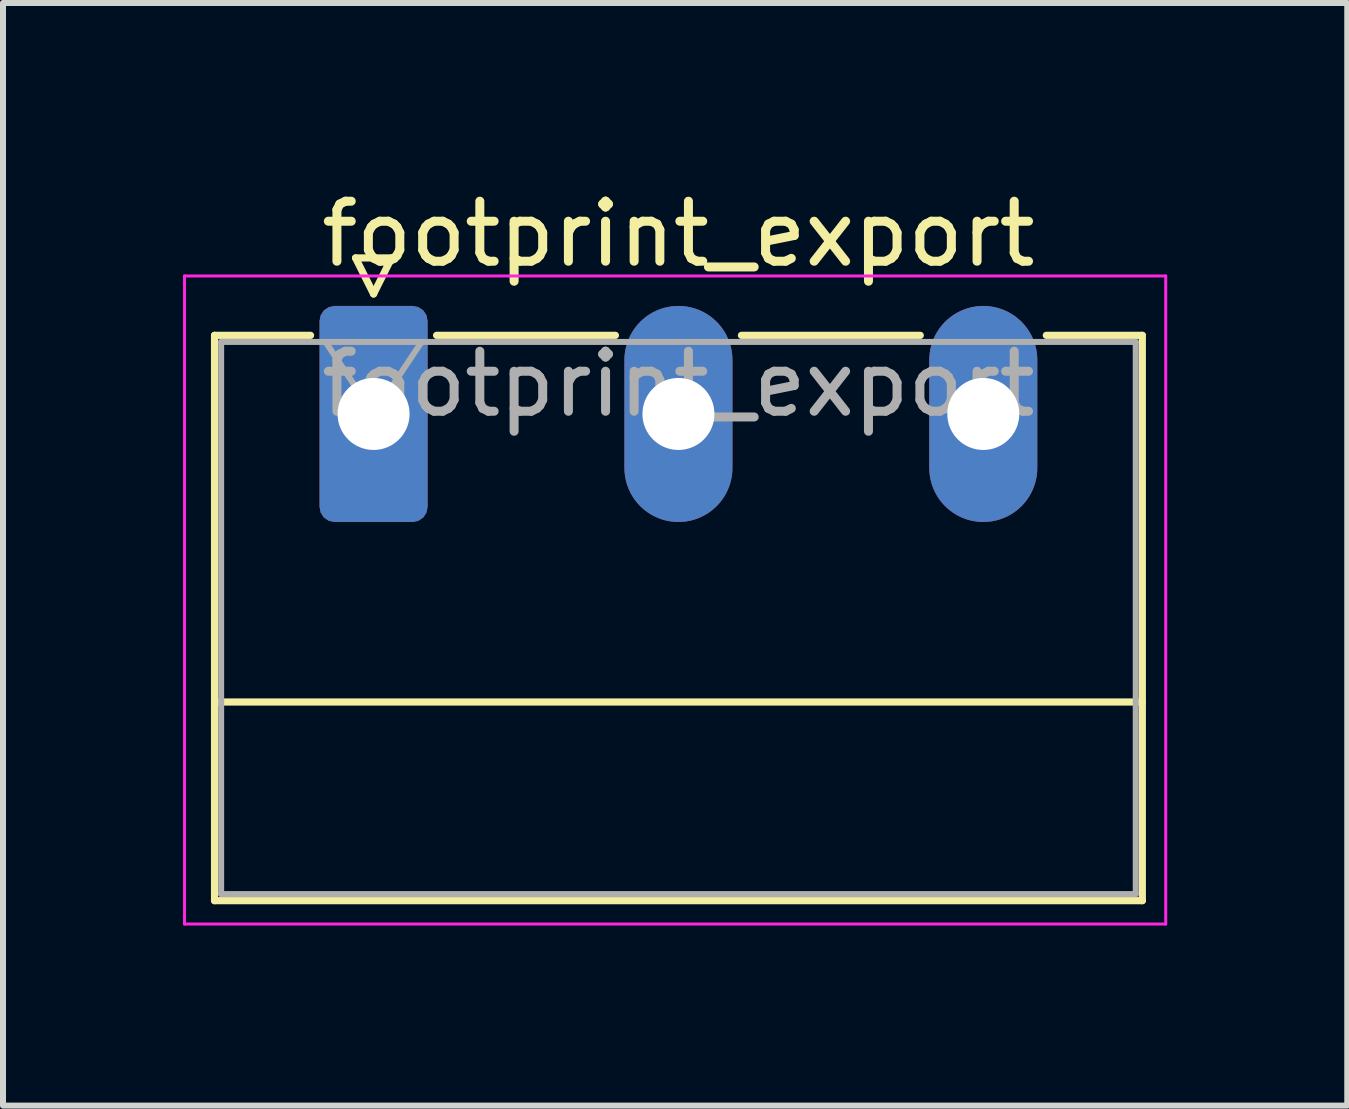
<source format=kicad_pcb>
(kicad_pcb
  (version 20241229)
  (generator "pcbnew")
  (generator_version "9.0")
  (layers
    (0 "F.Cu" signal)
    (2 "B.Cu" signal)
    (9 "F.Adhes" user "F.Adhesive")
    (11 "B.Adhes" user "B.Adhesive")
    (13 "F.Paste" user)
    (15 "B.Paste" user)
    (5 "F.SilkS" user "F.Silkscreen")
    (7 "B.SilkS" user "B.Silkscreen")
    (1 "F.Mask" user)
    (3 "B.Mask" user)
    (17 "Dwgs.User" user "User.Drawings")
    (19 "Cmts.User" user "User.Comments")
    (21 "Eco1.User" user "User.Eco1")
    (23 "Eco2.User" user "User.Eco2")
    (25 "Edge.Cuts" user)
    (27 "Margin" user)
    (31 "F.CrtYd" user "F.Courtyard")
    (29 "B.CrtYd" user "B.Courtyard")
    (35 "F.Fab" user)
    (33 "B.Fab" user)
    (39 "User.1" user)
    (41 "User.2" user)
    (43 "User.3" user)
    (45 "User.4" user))
  (footprint "footprint_export"
    (layer "F.Cu")
    (at 3.175 3.848)
    (property "Reference" "footprint_export" (at 5.08 -3 0) (layer "F.SilkS") (effects (font (size 1 1) (thickness 0.15))))
    (attr through_hole)
    (fp_line (start -2.65 -1.31) (end -2.65 8.11) (stroke (width 0.12) (type solid)) (layer "F.SilkS"))
    (fp_line (start -2.65 -1.31) (end -1.05 -1.31) (stroke (width 0.12) (type solid)) (layer "F.SilkS"))
    (fp_line (start -2.65 4.8) (end 12.81 4.8) (stroke (width 0.12) (type solid)) (layer "F.SilkS"))
    (fp_line (start -2.65 8.11) (end 12.81 8.11) (stroke (width 0.12) (type solid)) (layer "F.SilkS"))
    (fp_line (start -0.3 -2.6) (end 0.3 -2.6) (stroke (width 0.12) (type solid)) (layer "F.SilkS"))
    (fp_line (start 0 -2) (end -0.3 -2.6) (stroke (width 0.12) (type solid)) (layer "F.SilkS"))
    (fp_line (start 0.3 -2.6) (end 0 -2) (stroke (width 0.12) (type solid)) (layer "F.SilkS"))
    (fp_line (start 1.05 -1.31) (end 4.03 -1.31) (stroke (width 0.12) (type solid)) (layer "F.SilkS"))
    (fp_line (start 6.13 -1.31) (end 9.11 -1.31) (stroke (width 0.12) (type solid)) (layer "F.SilkS"))
    (fp_line (start 12.81 -1.31) (end 11.21 -1.31) (stroke (width 0.12) (type solid)) (layer "F.SilkS"))
    (fp_line (start 12.81 8.11) (end 12.81 -1.31) (stroke (width 0.12) (type solid)) (layer "F.SilkS"))
    (fp_line (start -3.15 -2.3) (end -3.15 8.5) (stroke (width 0.05) (type solid)) (layer "F.CrtYd"))
    (fp_line (start -3.15 8.5) (end 13.2 8.5) (stroke (width 0.05) (type solid)) (layer "F.CrtYd"))
    (fp_line (start 13.2 -2.3) (end -3.15 -2.3) (stroke (width 0.05) (type solid)) (layer "F.CrtYd"))
    (fp_line (start 13.2 8.5) (end 13.2 -2.3) (stroke (width 0.05) (type solid)) (layer "F.CrtYd"))
    (fp_line (start -2.54 -1.2) (end -2.54 8) (stroke (width 0.1) (type solid)) (layer "F.Fab"))
    (fp_line (start -2.54 8) (end 12.7 8) (stroke (width 0.1) (type solid)) (layer "F.Fab"))
    (fp_line (start 0 0) (end -0.8 -1.2) (stroke (width 0.1) (type solid)) (layer "F.Fab"))
    (fp_line (start 0.8 -1.2) (end 0 0) (stroke (width 0.1) (type solid)) (layer "F.Fab"))
    (fp_line (start 12.7 -1.2) (end -2.54 -1.2) (stroke (width 0.1) (type solid)) (layer "F.Fab"))
    (fp_line (start 12.7 8) (end 12.7 -1.2) (stroke (width 0.1) (type solid)) (layer "F.Fab"))
    (fp_text user "${REFERENCE}" (at 5.08 -0.5 0) (layer "F.Fab") (effects (font (size 1 1) (thickness 0.15))))
    (pad "1" thru_hole roundrect (at 0 0) (size 1.8 3.6) (drill 1.2) (layers "*.Cu" "*.Mask") (roundrect_rratio 0.139))
    (pad "2" thru_hole oval (at 5.08 0) (size 1.8 3.6) (drill 1.2) (layers "*.Cu" "*.Mask"))
    (pad "3" thru_hole oval (at 10.16 0) (size 1.8 3.6) (drill 1.2) (layers "*.Cu" "*.Mask")))
  (gr_rect
    (start -3 -3)
    (end 19.4 15.373)
    (stroke (width 0.1) (type default))
    (fill no)
    (layer "Edge.Cuts")))
</source>
